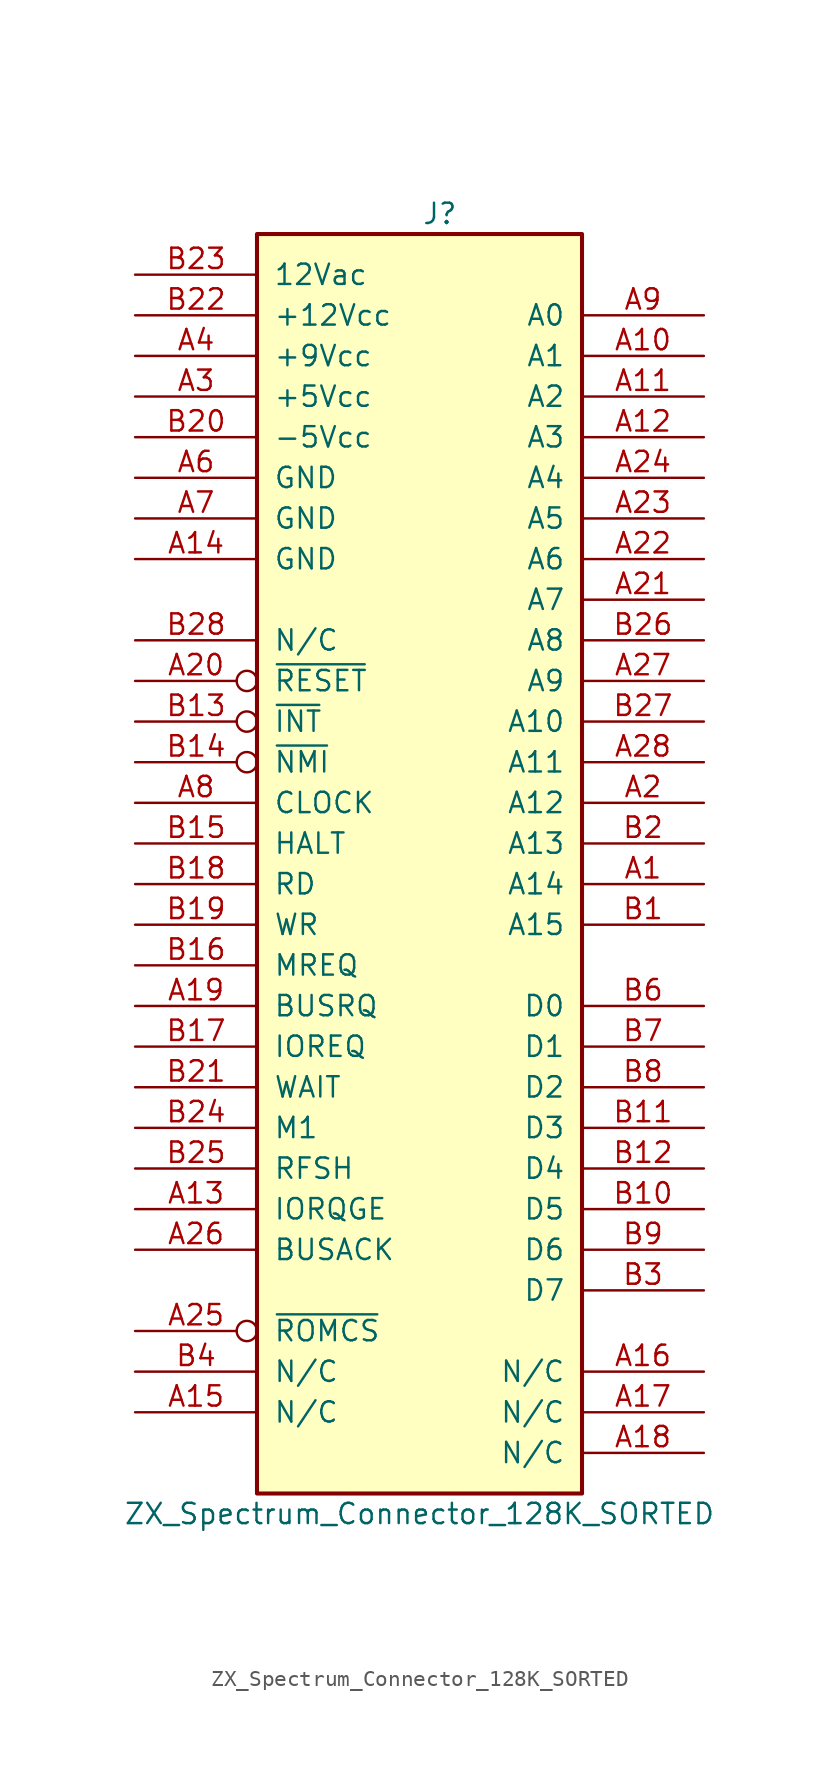
<source format=kicad_sym>
(kicad_symbol_lib
  (version 20220914)
  (generator kicad_symbol_editor)
  (symbol "ZX_Spectrum_Connector_128K_SORTED"
    (pin_names
      (offset 1.016))
    (property "Reference" "J"
      (at 1.27 35.56 0)
      (effects (font (size 1.27 1.27))))
    (property "Value" "ZX_Spectrum_Connector_128K_SORTED"
      (at 0 -45.72 0)
      (effects (font (size 1.27 1.27))))
    (symbol "ZX_Spectrum_Connector_128K_SORTED_1_1"
      (rectangle (start -10.16 34.29) (end 10.16 -44.45) (stroke (width 0.254) (type default)) (fill (type background)))
      (pin bidirectional line (at 17.78 -6.35 180) (length 7.62) (name "A14" (effects (font (size 1.27 1.27)))) (number "A1" (effects (font (size 1.27 1.27)))))
      (pin bidirectional line (at 17.78 26.67 180) (length 7.62) (name "A1" (effects (font (size 1.27 1.27)))) (number "A10" (effects (font (size 1.27 1.27)))))
      (pin bidirectional line (at 17.78 24.13 180) (length 7.62) (name "A2" (effects (font (size 1.27 1.27)))) (number "A11" (effects (font (size 1.27 1.27)))))
      (pin bidirectional line (at 17.78 21.59 180) (length 7.62) (name "A3" (effects (font (size 1.27 1.27)))) (number "A12" (effects (font (size 1.27 1.27)))))
      (pin bidirectional line (at -17.78 -26.67 0) (length 7.62) (name "IORQGE" (effects (font (size 1.27 1.27)))) (number "A13" (effects (font (size 1.27 1.27)))))
      (pin bidirectional line (at -17.78 13.97 0) (length 7.62) (name "GND" (effects (font (size 1.27 1.27)))) (number "A14" (effects (font (size 1.27 1.27)))))
      (pin unspecified line (at -17.78 -39.37 0) (length 7.62) (name "N/C" (effects (font (size 1.27 1.27)))) (number "A15" (effects (font (size 1.27 1.27)))))
      (pin unspecified line (at 17.78 -36.83 180) (length 7.62) (name "N/C" (effects (font (size 1.27 1.27)))) (number "A16" (effects (font (size 1.27 1.27)))))
      (pin unspecified line (at 17.78 -39.37 180) (length 7.62) (name "N/C" (effects (font (size 1.27 1.27)))) (number "A17" (effects (font (size 1.27 1.27)))))
      (pin unspecified line (at 17.78 -41.91 180) (length 7.62) (name "N/C" (effects (font (size 1.27 1.27)))) (number "A18" (effects (font (size 1.27 1.27)))))
      (pin bidirectional line (at -17.78 -13.97 0) (length 7.62) (name "BUSRQ" (effects (font (size 1.27 1.27)))) (number "A19" (effects (font (size 1.27 1.27)))))
      (pin bidirectional line (at 17.78 -1.27 180) (length 7.62) (name "A12" (effects (font (size 1.27 1.27)))) (number "A2" (effects (font (size 1.27 1.27)))))
      (pin bidirectional inverted (at -17.78 6.35 0) (length 7.62) (name "~{RESET}" (effects (font (size 1.27 1.27)))) (number "A20" (effects (font (size 1.27 1.27)))))
      (pin bidirectional line (at 17.78 11.43 180) (length 7.62) (name "A7" (effects (font (size 1.27 1.27)))) (number "A21" (effects (font (size 1.27 1.27)))))
      (pin bidirectional line (at 17.78 13.97 180) (length 7.62) (name "A6" (effects (font (size 1.27 1.27)))) (number "A22" (effects (font (size 1.27 1.27)))))
      (pin bidirectional line (at 17.78 16.51 180) (length 7.62) (name "A5" (effects (font (size 1.27 1.27)))) (number "A23" (effects (font (size 1.27 1.27)))))
      (pin bidirectional line (at 17.78 19.05 180) (length 7.62) (name "A4" (effects (font (size 1.27 1.27)))) (number "A24" (effects (font (size 1.27 1.27)))))
      (pin bidirectional inverted (at -17.78 -34.29 0) (length 7.62) (name "~{ROMCS}" (effects (font (size 1.27 1.27)))) (number "A25" (effects (font (size 1.27 1.27)))))
      (pin bidirectional line (at -17.78 -29.21 0) (length 7.62) (name "BUSACK" (effects (font (size 1.27 1.27)))) (number "A26" (effects (font (size 1.27 1.27)))))
      (pin bidirectional line (at 17.78 6.35 180) (length 7.62) (name "A9" (effects (font (size 1.27 1.27)))) (number "A27" (effects (font (size 1.27 1.27)))))
      (pin bidirectional line (at 17.78 1.27 180) (length 7.62) (name "A11" (effects (font (size 1.27 1.27)))) (number "A28" (effects (font (size 1.27 1.27)))))
      (pin bidirectional line (at -17.78 24.13 0) (length 7.62) (name "+5Vcc" (effects (font (size 1.27 1.27)))) (number "A3" (effects (font (size 1.27 1.27)))))
      (pin bidirectional line (at -17.78 26.67 0) (length 7.62) (name "+9Vcc" (effects (font (size 1.27 1.27)))) (number "A4" (effects (font (size 1.27 1.27)))))
      (pin bidirectional line (at -17.78 19.05 0) (length 7.62) (name "GND" (effects (font (size 1.27 1.27)))) (number "A6" (effects (font (size 1.27 1.27)))))
      (pin bidirectional line (at -17.78 16.51 0) (length 7.62) (name "GND" (effects (font (size 1.27 1.27)))) (number "A7" (effects (font (size 1.27 1.27)))))
      (pin bidirectional line (at -17.78 -1.27 0) (length 7.62) (name "CLOCK" (effects (font (size 1.27 1.27)))) (number "A8" (effects (font (size 1.27 1.27)))))
      (pin bidirectional line (at 17.78 29.21 180) (length 7.62) (name "A0" (effects (font (size 1.27 1.27)))) (number "A9" (effects (font (size 1.27 1.27)))))
      (pin bidirectional line (at 17.78 -8.89 180) (length 7.62) (name "A15" (effects (font (size 1.27 1.27)))) (number "B1" (effects (font (size 1.27 1.27)))))
      (pin bidirectional line (at 17.78 -26.67 180) (length 7.62) (name "D5" (effects (font (size 1.27 1.27)))) (number "B10" (effects (font (size 1.27 1.27)))))
      (pin bidirectional line (at 17.78 -21.59 180) (length 7.62) (name "D3" (effects (font (size 1.27 1.27)))) (number "B11" (effects (font (size 1.27 1.27)))))
      (pin bidirectional line (at 17.78 -24.13 180) (length 7.62) (name "D4" (effects (font (size 1.27 1.27)))) (number "B12" (effects (font (size 1.27 1.27)))))
      (pin bidirectional inverted (at -17.78 3.81 0) (length 7.62) (name "~{INT}" (effects (font (size 1.27 1.27)))) (number "B13" (effects (font (size 1.27 1.27)))))
      (pin bidirectional inverted (at -17.78 1.27 0) (length 7.62) (name "~{NMI}" (effects (font (size 1.27 1.27)))) (number "B14" (effects (font (size 1.27 1.27)))))
      (pin bidirectional line (at -17.78 -3.81 0) (length 7.62) (name "HALT" (effects (font (size 1.27 1.27)))) (number "B15" (effects (font (size 1.27 1.27)))))
      (pin bidirectional line (at -17.78 -11.43 0) (length 7.62) (name "MREQ" (effects (font (size 1.27 1.27)))) (number "B16" (effects (font (size 1.27 1.27)))))
      (pin bidirectional line (at -17.78 -16.51 0) (length 7.62) (name "IOREQ" (effects (font (size 1.27 1.27)))) (number "B17" (effects (font (size 1.27 1.27)))))
      (pin bidirectional line (at -17.78 -6.35 0) (length 7.62) (name "RD" (effects (font (size 1.27 1.27)))) (number "B18" (effects (font (size 1.27 1.27)))))
      (pin bidirectional line (at -17.78 -8.89 0) (length 7.62) (name "WR" (effects (font (size 1.27 1.27)))) (number "B19" (effects (font (size 1.27 1.27)))))
      (pin bidirectional line (at 17.78 -3.81 180) (length 7.62) (name "A13" (effects (font (size 1.27 1.27)))) (number "B2" (effects (font (size 1.27 1.27)))))
      (pin bidirectional line (at -17.78 21.59 0) (length 7.62) (name "-5Vcc" (effects (font (size 1.27 1.27)))) (number "B20" (effects (font (size 1.27 1.27)))))
      (pin bidirectional line (at -17.78 -19.05 0) (length 7.62) (name "WAIT" (effects (font (size 1.27 1.27)))) (number "B21" (effects (font (size 1.27 1.27)))))
      (pin bidirectional line (at -17.78 29.21 0) (length 7.62) (name "+12Vcc" (effects (font (size 1.27 1.27)))) (number "B22" (effects (font (size 1.27 1.27)))))
      (pin bidirectional line (at -17.78 31.75 0) (length 7.62) (name "12Vac" (effects (font (size 1.27 1.27)))) (number "B23" (effects (font (size 1.27 1.27)))))
      (pin bidirectional line (at -17.78 -21.59 0) (length 7.62) (name "M1" (effects (font (size 1.27 1.27)))) (number "B24" (effects (font (size 1.27 1.27)))))
      (pin bidirectional line (at -17.78 -24.13 0) (length 7.62) (name "RFSH" (effects (font (size 1.27 1.27)))) (number "B25" (effects (font (size 1.27 1.27)))))
      (pin bidirectional line (at 17.78 8.89 180) (length 7.62) (name "A8" (effects (font (size 1.27 1.27)))) (number "B26" (effects (font (size 1.27 1.27)))))
      (pin bidirectional line (at 17.78 3.81 180) (length 7.62) (name "A10" (effects (font (size 1.27 1.27)))) (number "B27" (effects (font (size 1.27 1.27)))))
      (pin unspecified line (at -17.78 8.89 0) (length 7.62) (name "N/C" (effects (font (size 1.27 1.27)))) (number "B28" (effects (font (size 1.27 1.27)))))
      (pin bidirectional line (at 17.78 -31.75 180) (length 7.62) (name "D7" (effects (font (size 1.27 1.27)))) (number "B3" (effects (font (size 1.27 1.27)))))
      (pin unspecified line (at -17.78 -36.83 0) (length 7.62) (name "N/C" (effects (font (size 1.27 1.27)))) (number "B4" (effects (font (size 1.27 1.27)))))
      (pin bidirectional line (at 17.78 -13.97 180) (length 7.62) (name "D0" (effects (font (size 1.27 1.27)))) (number "B6" (effects (font (size 1.27 1.27)))))
      (pin bidirectional line (at 17.78 -16.51 180) (length 7.62) (name "D1" (effects (font (size 1.27 1.27)))) (number "B7" (effects (font (size 1.27 1.27)))))
      (pin bidirectional line (at 17.78 -19.05 180) (length 7.62) (name "D2" (effects (font (size 1.27 1.27)))) (number "B8" (effects (font (size 1.27 1.27)))))
      (pin bidirectional line (at 17.78 -29.21 180) (length 7.62) (name "D6" (effects (font (size 1.27 1.27)))) (number "B9" (effects (font (size 1.27 1.27))))))))
</source>
